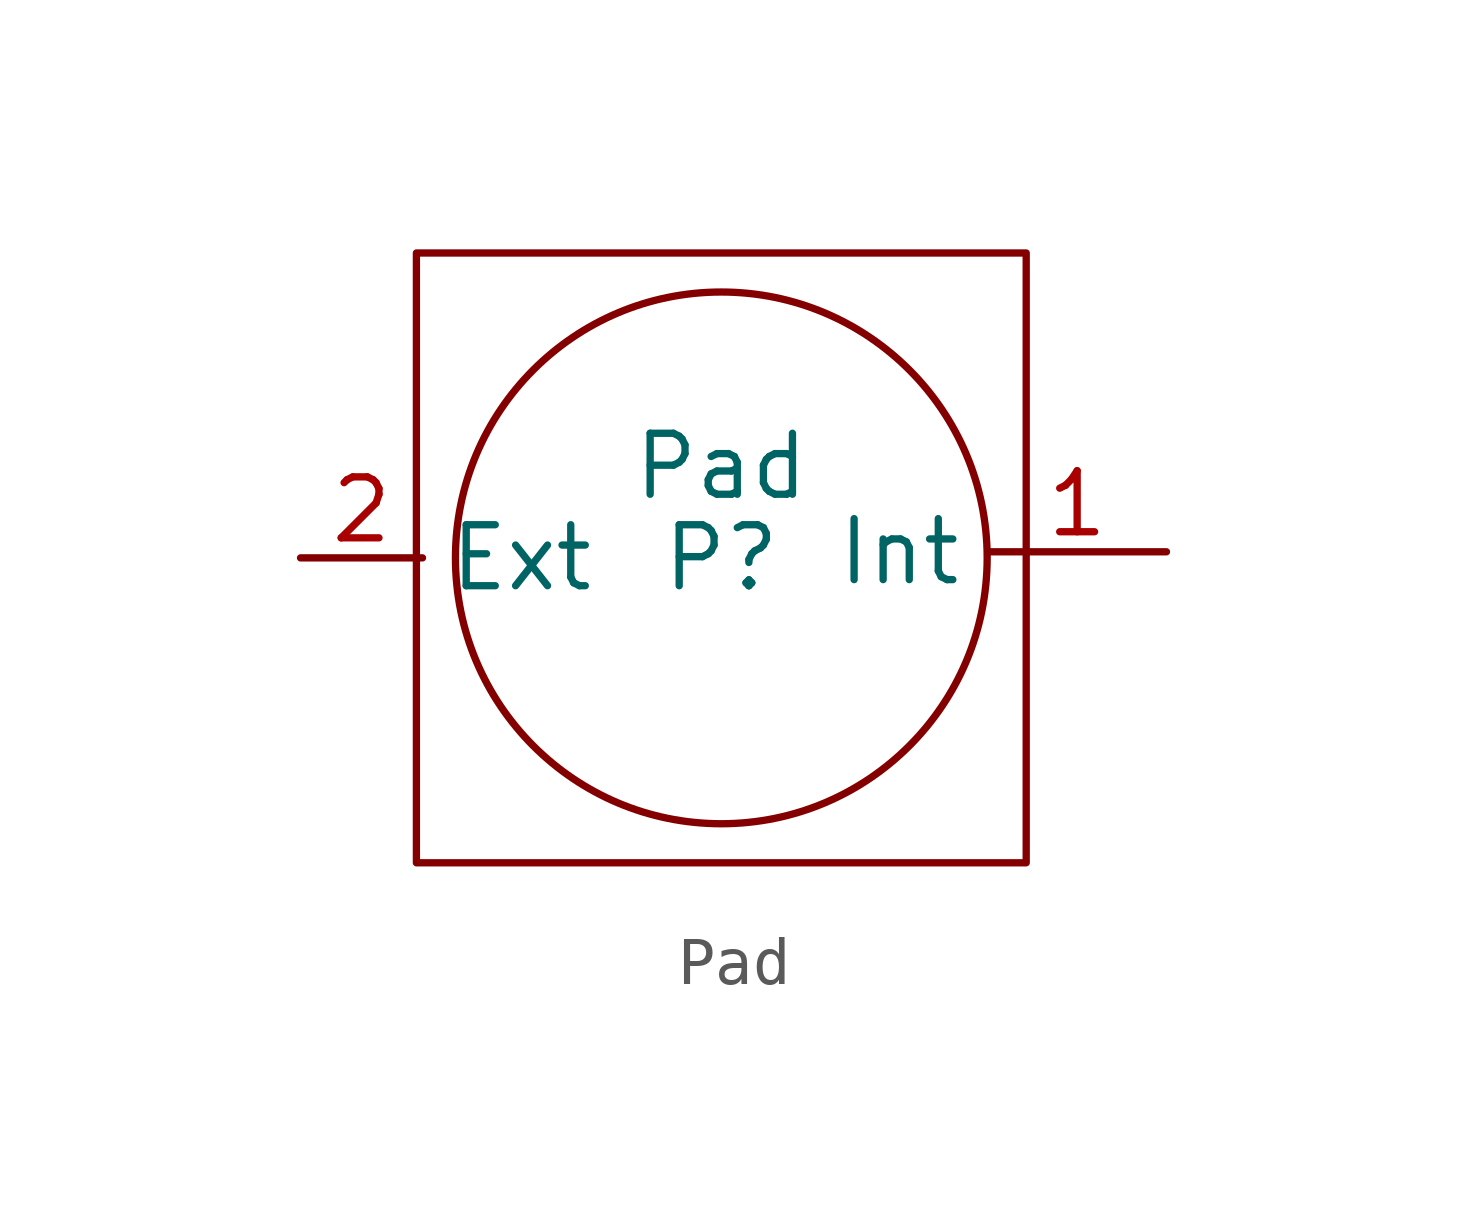
<source format=kicad_sym>
(kicad_symbol_lib
  (version 20211014)
  (generator kicad_symbol_editor)
  (symbol "Pad"
    (property "Reference" "P"
      (at 0 0 0)
      (effects (font (size 1.27 1.27))))
    (property "Value" "Pad"
      (at 0 1.905 0)
      (effects (font (size 1.27 1.27))))
    (symbol "Pad_0_1"
      (rectangle (start -6.35 6.35) (end 6.35 -6.35) (stroke (width 0) (type default) (color 0 0 0 0)) (fill (type none)))
      (circle (center 0 0) (radius 5.537) (stroke (width 0) (type default) (color 0 0 0 0)) (fill (type none))))
    (symbol "Pad_1_1"
      (pin input line (at 9.271 0.127 180) (length 3.72) (name "Int" (effects (font (size 1.27 1.27)))) (number "1" (effects (font (size 1.27 1.27)))))
      (pin input line (at -8.763 0 0) (length 2.54) (name "Ext" (effects (font (size 1.27 1.27)))) (number "2" (effects (font (size 1.27 1.27))))))))
</source>
